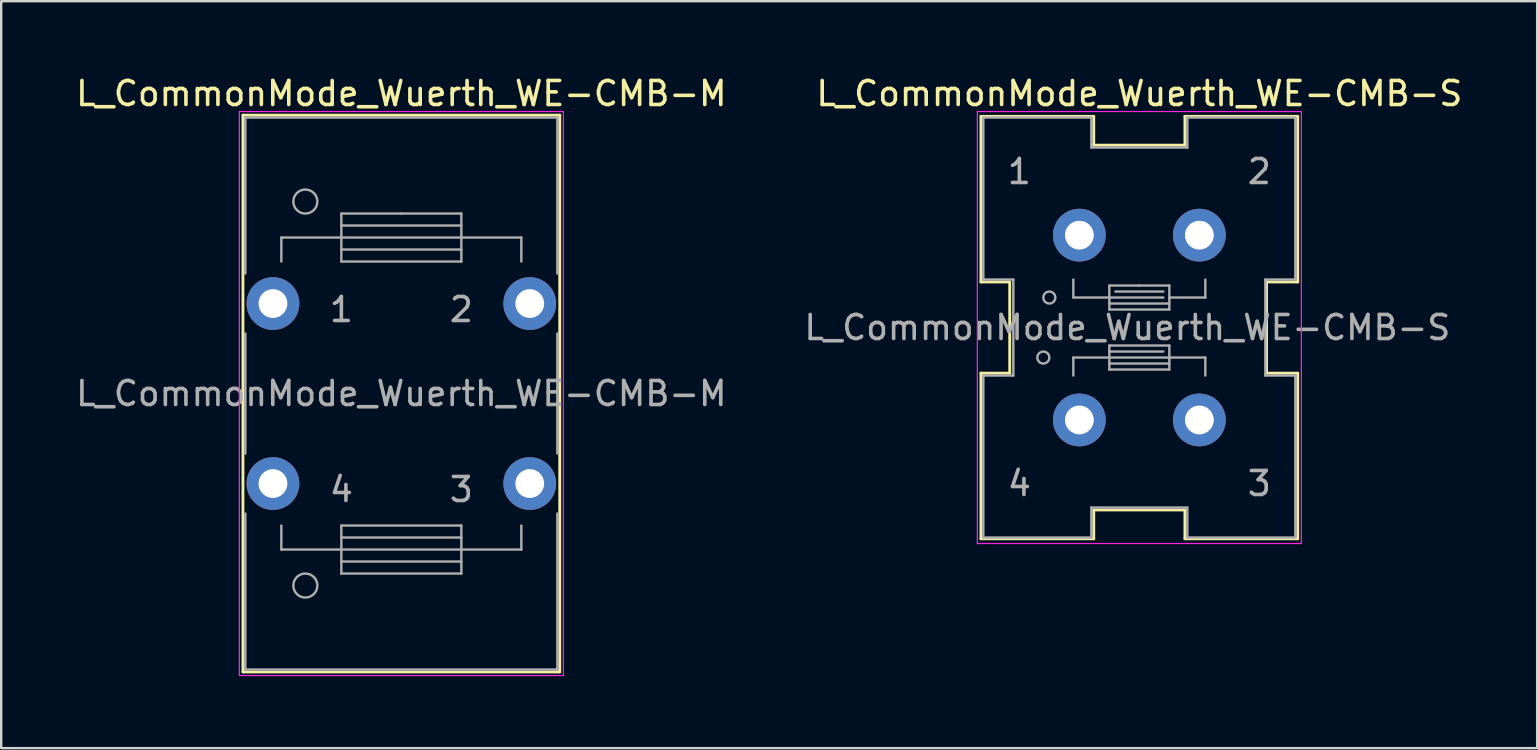
<source format=kicad_pcb>
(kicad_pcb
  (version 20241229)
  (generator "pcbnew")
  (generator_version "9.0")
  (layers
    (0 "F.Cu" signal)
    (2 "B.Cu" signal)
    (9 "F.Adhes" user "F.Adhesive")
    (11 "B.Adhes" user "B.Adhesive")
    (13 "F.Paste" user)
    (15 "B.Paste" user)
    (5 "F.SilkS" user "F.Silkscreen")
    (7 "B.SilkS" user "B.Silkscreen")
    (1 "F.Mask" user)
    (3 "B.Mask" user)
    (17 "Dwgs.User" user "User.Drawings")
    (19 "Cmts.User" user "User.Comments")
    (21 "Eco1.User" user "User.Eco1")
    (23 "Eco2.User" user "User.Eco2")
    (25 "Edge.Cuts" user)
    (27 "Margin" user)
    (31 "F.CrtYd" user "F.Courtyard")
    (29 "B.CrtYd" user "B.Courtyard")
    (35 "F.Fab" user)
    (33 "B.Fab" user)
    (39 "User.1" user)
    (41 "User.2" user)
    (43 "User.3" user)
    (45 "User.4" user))
  (footprint "L_CommonMode_Wuerth_WE-CMB-M"
    (layer "F.Cu")
    (at 8.323 9.598)
    (property "Reference" "L_CommonMode_Wuerth_WE-CMB-M" (at 5.35 -8.75 0) (layer "F.SilkS") (effects (font (size 1 1) (thickness 0.15))))
    (attr through_hole)
    (fp_line (start -1.25 -7.85) (end 11.95 -7.85) (stroke (width 0.12) (type solid)) (layer "F.SilkS"))
    (fp_line (start -1.25 15.35) (end -1.25 -7.85) (stroke (width 0.12) (type solid)) (layer "F.SilkS"))
    (fp_line (start 11.95 -7.85) (end 11.95 15.35) (stroke (width 0.12) (type solid)) (layer "F.SilkS"))
    (fp_line (start 11.95 15.35) (end -1.25 15.35) (stroke (width 0.12) (type solid)) (layer "F.SilkS"))
    (fp_line (start -1.4 -8) (end 12.1 -8) (stroke (width 0.05) (type solid)) (layer "F.CrtYd"))
    (fp_line (start -1.4 15.5) (end -1.4 -8) (stroke (width 0.05) (type solid)) (layer "F.CrtYd"))
    (fp_line (start 12.1 -8) (end 12.1 15.5) (stroke (width 0.05) (type solid)) (layer "F.CrtYd"))
    (fp_line (start 12.1 15.5) (end -1.4 15.5) (stroke (width 0.05) (type solid)) (layer "F.CrtYd"))
    (fp_line (start -1.15 -7.75) (end 11.85 -7.75) (stroke (width 0.1) (type solid)) (layer "F.Fab"))
    (fp_line (start -1.15 -1.25) (end -1.15 -7.75) (stroke (width 0.1) (type solid)) (layer "F.Fab"))
    (fp_line (start -1.15 6.25) (end -1.15 1.25) (stroke (width 0.1) (type solid)) (layer "F.Fab"))
    (fp_line (start -1.15 15.25) (end -1.15 8.75) (stroke (width 0.1) (type solid)) (layer "F.Fab"))
    (fp_line (start 0.35 -2.75) (end 0.35 -1.75) (stroke (width 0.1) (type solid)) (layer "F.Fab"))
    (fp_line (start 0.35 9.25) (end 0.35 10.25) (stroke (width 0.1) (type solid)) (layer "F.Fab"))
    (fp_line (start 0.35 10.25) (end 2.85 10.25) (stroke (width 0.1) (type solid)) (layer "F.Fab"))
    (fp_line (start 2.85 -3.75) (end 5.35 -3.75) (stroke (width 0.1) (type solid)) (layer "F.Fab"))
    (fp_line (start 2.85 -2.75) (end 0.35 -2.75) (stroke (width 0.1) (type solid)) (layer "F.Fab"))
    (fp_line (start 2.85 -2.75) (end 7.85 -2.75) (stroke (width 0.1) (type solid)) (layer "F.Fab"))
    (fp_line (start 2.85 -2.25) (end 7.85 -2.25) (stroke (width 0.1) (type solid)) (layer "F.Fab"))
    (fp_line (start 2.85 -1.75) (end 2.85 -3.75) (stroke (width 0.1) (type solid)) (layer "F.Fab"))
    (fp_line (start 2.85 9.25) (end 7.85 9.25) (stroke (width 0.1) (type solid)) (layer "F.Fab"))
    (fp_line (start 2.85 10.75) (end 7.85 10.75) (stroke (width 0.1) (type solid)) (layer "F.Fab"))
    (fp_line (start 2.85 11.25) (end 2.85 9.25) (stroke (width 0.1) (type solid)) (layer "F.Fab"))
    (fp_line (start 5.35 -3.75) (end 7.85 -3.75) (stroke (width 0.1) (type solid)) (layer "F.Fab"))
    (fp_line (start 7.85 -3.75) (end 7.85 -1.75) (stroke (width 0.1) (type solid)) (layer "F.Fab"))
    (fp_line (start 7.85 -3.25) (end 2.85 -3.25) (stroke (width 0.1) (type solid)) (layer "F.Fab"))
    (fp_line (start 7.85 -2.75) (end 10.35 -2.75) (stroke (width 0.1) (type solid)) (layer "F.Fab"))
    (fp_line (start 7.85 -1.75) (end 2.85 -1.75) (stroke (width 0.1) (type solid)) (layer "F.Fab"))
    (fp_line (start 7.85 9.25) (end 7.85 11.25) (stroke (width 0.1) (type solid)) (layer "F.Fab"))
    (fp_line (start 7.85 9.75) (end 2.85 9.75) (stroke (width 0.1) (type solid)) (layer "F.Fab"))
    (fp_line (start 7.85 10.25) (end 2.85 10.25) (stroke (width 0.1) (type solid)) (layer "F.Fab"))
    (fp_line (start 7.85 11.25) (end 2.85 11.25) (stroke (width 0.1) (type solid)) (layer "F.Fab"))
    (fp_line (start 10.35 -2.75) (end 10.35 -1.75) (stroke (width 0.1) (type solid)) (layer "F.Fab"))
    (fp_line (start 10.35 9.25) (end 10.35 10.25) (stroke (width 0.1) (type solid)) (layer "F.Fab"))
    (fp_line (start 10.35 10.25) (end 7.85 10.25) (stroke (width 0.1) (type solid)) (layer "F.Fab"))
    (fp_line (start 11.85 -7.75) (end 11.85 -1.25) (stroke (width 0.1) (type solid)) (layer "F.Fab"))
    (fp_line (start 11.85 1.25) (end 11.85 6.25) (stroke (width 0.1) (type solid)) (layer "F.Fab"))
    (fp_line (start 11.85 8.75) (end 11.85 15.25) (stroke (width 0.1) (type solid)) (layer "F.Fab"))
    (fp_line (start 11.85 15.25) (end -1.15 15.25) (stroke (width 0.1) (type solid)) (layer "F.Fab"))
    (fp_circle (center 1.35 -4.25) (end 1.85 -4.25) (stroke (width 0.1) (type solid)) (fill no) (layer "F.Fab"))
    (fp_circle (center 1.35 11.75) (end 1.85 11.75) (stroke (width 0.1) (type solid)) (fill no) (layer "F.Fab"))
    (fp_text user "${REFERENCE}" (at 5.35 3.75 0) (layer "F.Fab") (effects (font (size 1 1) (thickness 0.15))))
    (fp_text user "4" (at 2.85 7.75 0) (layer "F.Fab") (effects (font (size 1 1) (thickness 0.15))))
    (fp_text user "3" (at 7.85 7.75 0) (layer "F.Fab") (effects (font (size 1 1) (thickness 0.15))))
    (fp_text user "2" (at 7.85 0.25 0) (layer "F.Fab") (effects (font (size 1 1) (thickness 0.15))))
    (fp_text user "1" (at 2.85 0.25 0) (layer "F.Fab") (effects (font (size 1 1) (thickness 0.15))))
    (pad "1" thru_hole circle (at 0 0) (size 2.2 2.2) (drill 1.2) (layers "*.Cu" "*.Mask"))
    (pad "2" thru_hole circle (at 10.7 0) (size 2.2 2.2) (drill 1.2) (layers "*.Cu" "*.Mask"))
    (pad "3" thru_hole circle (at 10.7 7.5) (size 2.2 2.2) (drill 1.2) (layers "*.Cu" "*.Mask"))
    (pad "4" thru_hole circle (at 0 7.5) (size 2.2 2.2) (drill 1.2) (layers "*.Cu" "*.Mask")))
  (footprint "L_CommonMode_Wuerth_WE-CMB-S"
    (layer "F.Cu")
    (at 41.923 6.748)
    (property "Reference" "L_CommonMode_Wuerth_WE-CMB-S" (at 2.5 -5.9 0) (layer "F.SilkS") (effects (font (size 1 1) (thickness 0.15))))
    (attr through_hole)
    (fp_line (start -4.1 -4.95) (end -4 -4.95) (stroke (width 0.12) (type solid)) (layer "F.SilkS"))
    (fp_line (start -4.1 1.95) (end -4.1 -4.95) (stroke (width 0.12) (type solid)) (layer "F.SilkS"))
    (fp_line (start -4.1 5.75) (end -2.9 5.75) (stroke (width 0.12) (type solid)) (layer "F.SilkS"))
    (fp_line (start -4.1 12.65) (end -4.1 5.75) (stroke (width 0.12) (type solid)) (layer "F.SilkS"))
    (fp_line (start -4 -4.95) (end 0.6 -4.95) (stroke (width 0.12) (type solid)) (layer "F.SilkS"))
    (fp_line (start -2.9 1.95) (end -4.1 1.95) (stroke (width 0.12) (type solid)) (layer "F.SilkS"))
    (fp_line (start -2.9 5.75) (end -2.9 1.95) (stroke (width 0.12) (type solid)) (layer "F.SilkS"))
    (fp_line (start 0.6 -4.95) (end 0.6 -3.75) (stroke (width 0.12) (type solid)) (layer "F.SilkS"))
    (fp_line (start 0.6 -3.75) (end 4.4 -3.75) (stroke (width 0.12) (type solid)) (layer "F.SilkS"))
    (fp_line (start 0.6 11.45) (end 0.6 12.65) (stroke (width 0.12) (type solid)) (layer "F.SilkS"))
    (fp_line (start 0.6 12.65) (end -4.1 12.65) (stroke (width 0.12) (type solid)) (layer "F.SilkS"))
    (fp_line (start 4.4 -4.95) (end 9.1 -4.95) (stroke (width 0.12) (type solid)) (layer "F.SilkS"))
    (fp_line (start 4.4 -3.75) (end 4.4 -4.95) (stroke (width 0.12) (type solid)) (layer "F.SilkS"))
    (fp_line (start 4.4 11.45) (end 0.6 11.45) (stroke (width 0.12) (type solid)) (layer "F.SilkS"))
    (fp_line (start 4.4 12.65) (end 4.4 11.45) (stroke (width 0.12) (type solid)) (layer "F.SilkS"))
    (fp_line (start 7.8 1.95) (end 7.8 5.75) (stroke (width 0.12) (type solid)) (layer "F.SilkS"))
    (fp_line (start 7.8 5.75) (end 9.1 5.75) (stroke (width 0.12) (type solid)) (layer "F.SilkS"))
    (fp_line (start 9.1 -4.95) (end 9.1 1.95) (stroke (width 0.12) (type solid)) (layer "F.SilkS"))
    (fp_line (start 9.1 1.95) (end 7.8 1.95) (stroke (width 0.12) (type solid)) (layer "F.SilkS"))
    (fp_line (start 9.1 5.75) (end 9.1 12.65) (stroke (width 0.12) (type solid)) (layer "F.SilkS"))
    (fp_line (start 9.1 12.65) (end 4.4 12.65) (stroke (width 0.12) (type solid)) (layer "F.SilkS"))
    (fp_line (start -4.25 -5.15) (end -4.25 12.85) (stroke (width 0.05) (type solid)) (layer "F.CrtYd"))
    (fp_line (start -4.25 12.85) (end 9.25 12.85) (stroke (width 0.05) (type solid)) (layer "F.CrtYd"))
    (fp_line (start 9.25 -5.15) (end -4.25 -5.15) (stroke (width 0.05) (type solid)) (layer "F.CrtYd"))
    (fp_line (start 9.25 12.85) (end 9.25 -5.15) (stroke (width 0.05) (type solid)) (layer "F.CrtYd"))
    (fp_line (start -4 -4.9) (end -4 1.85) (stroke (width 0.1) (type solid)) (layer "F.Fab"))
    (fp_line (start -4 1.85) (end -2.75 1.85) (stroke (width 0.1) (type solid)) (layer "F.Fab"))
    (fp_line (start -4 5.85) (end -4 12.6) (stroke (width 0.1) (type solid)) (layer "F.Fab"))
    (fp_line (start -4 12.6) (end 0.5 12.6) (stroke (width 0.1) (type solid)) (layer "F.Fab"))
    (fp_line (start -2.75 1.85) (end -2.75 5.85) (stroke (width 0.1) (type solid)) (layer "F.Fab"))
    (fp_line (start -2.75 5.85) (end -4 5.85) (stroke (width 0.1) (type solid)) (layer "F.Fab"))
    (fp_line (start -0.25 2.6) (end -0.25 1.85) (stroke (width 0.1) (type solid)) (layer "F.Fab"))
    (fp_line (start -0.25 5.1) (end -0.25 5.85) (stroke (width 0.1) (type solid)) (layer "F.Fab"))
    (fp_line (start 0.5 -4.9) (end -4 -4.9) (stroke (width 0.1) (type solid)) (layer "F.Fab"))
    (fp_line (start 0.5 -3.65) (end 0.5 -4.9) (stroke (width 0.1) (type solid)) (layer "F.Fab"))
    (fp_line (start 0.5 11.35) (end 4.5 11.35) (stroke (width 0.1) (type solid)) (layer "F.Fab"))
    (fp_line (start 0.5 12.6) (end 0.5 11.35) (stroke (width 0.1) (type solid)) (layer "F.Fab"))
    (fp_line (start 1.25 2.1) (end 2.5 2.1) (stroke (width 0.1) (type solid)) (layer "F.Fab"))
    (fp_line (start 1.25 2.6) (end -0.25 2.6) (stroke (width 0.1) (type solid)) (layer "F.Fab"))
    (fp_line (start 1.25 2.85) (end 3.75 2.85) (stroke (width 0.1) (type solid)) (layer "F.Fab"))
    (fp_line (start 1.25 3.1) (end 1.25 2.1) (stroke (width 0.1) (type solid)) (layer "F.Fab"))
    (fp_line (start 1.25 4.6) (end 3.75 4.6) (stroke (width 0.1) (type solid)) (layer "F.Fab"))
    (fp_line (start 1.25 4.85) (end 3.5 4.85) (stroke (width 0.1) (type solid)) (layer "F.Fab"))
    (fp_line (start 1.25 5.1) (end -0.25 5.1) (stroke (width 0.1) (type solid)) (layer "F.Fab"))
    (fp_line (start 1.25 5.6) (end 1.25 4.6) (stroke (width 0.1) (type solid)) (layer "F.Fab"))
    (fp_line (start 2.5 2.1) (end 3.75 2.1) (stroke (width 0.1) (type solid)) (layer "F.Fab"))
    (fp_line (start 3.5 2.35) (end 1.5 2.35) (stroke (width 0.1) (type solid)) (layer "F.Fab"))
    (fp_line (start 3.5 2.6) (end 1.25 2.6) (stroke (width 0.1) (type solid)) (layer "F.Fab"))
    (fp_line (start 3.75 2.1) (end 3.75 3.1) (stroke (width 0.1) (type solid)) (layer "F.Fab"))
    (fp_line (start 3.75 2.6) (end 5.25 2.6) (stroke (width 0.1) (type solid)) (layer "F.Fab"))
    (fp_line (start 3.75 3.1) (end 1.25 3.1) (stroke (width 0.1) (type solid)) (layer "F.Fab"))
    (fp_line (start 3.75 4.6) (end 3.75 5.6) (stroke (width 0.1) (type solid)) (layer "F.Fab"))
    (fp_line (start 3.75 5.1) (end 1.25 5.1) (stroke (width 0.1) (type solid)) (layer "F.Fab"))
    (fp_line (start 3.75 5.1) (end 5.25 5.1) (stroke (width 0.1) (type solid)) (layer "F.Fab"))
    (fp_line (start 3.75 5.35) (end 1.25 5.35) (stroke (width 0.1) (type solid)) (layer "F.Fab"))
    (fp_line (start 3.75 5.6) (end 1.25 5.6) (stroke (width 0.1) (type solid)) (layer "F.Fab"))
    (fp_line (start 4.5 -4.9) (end 4.5 -3.65) (stroke (width 0.1) (type solid)) (layer "F.Fab"))
    (fp_line (start 4.5 -3.65) (end 0.5 -3.65) (stroke (width 0.1) (type solid)) (layer "F.Fab"))
    (fp_line (start 4.5 11.35) (end 4.5 12.6) (stroke (width 0.1) (type solid)) (layer "F.Fab"))
    (fp_line (start 4.5 12.6) (end 9 12.6) (stroke (width 0.1) (type solid)) (layer "F.Fab"))
    (fp_line (start 5.25 2.6) (end 5.25 1.85) (stroke (width 0.1) (type solid)) (layer "F.Fab"))
    (fp_line (start 5.25 5.1) (end 5.25 5.85) (stroke (width 0.1) (type solid)) (layer "F.Fab"))
    (fp_line (start 7.75 1.85) (end 9 1.85) (stroke (width 0.1) (type solid)) (layer "F.Fab"))
    (fp_line (start 7.75 5.85) (end 7.75 1.85) (stroke (width 0.1) (type solid)) (layer "F.Fab"))
    (fp_line (start 9 -4.9) (end 4.5 -4.9) (stroke (width 0.1) (type solid)) (layer "F.Fab"))
    (fp_line (start 9 1.85) (end 9 -4.9) (stroke (width 0.1) (type solid)) (layer "F.Fab"))
    (fp_line (start 9 5.85) (end 7.75 5.85) (stroke (width 0.1) (type solid)) (layer "F.Fab"))
    (fp_line (start 9 12.6) (end 9 5.85) (stroke (width 0.1) (type solid)) (layer "F.Fab"))
    (fp_circle (center -1.5 5.1) (end -1.5 4.85) (stroke (width 0.1) (type solid)) (fill no) (layer "F.Fab"))
    (fp_circle (center -1.25 2.6) (end -1 2.6) (stroke (width 0.1) (type solid)) (fill no) (layer "F.Fab"))
    (fp_text user "${REFERENCE}" (at 2 3.85 0) (layer "F.Fab") (effects (font (size 1 1) (thickness 0.15))))
    (fp_text user "3" (at 7.5 10.35 0) (layer "F.Fab") (effects (font (size 1 1) (thickness 0.15))))
    (fp_text user "4" (at -2.5 10.35 0) (layer "F.Fab") (effects (font (size 1 1) (thickness 0.15))))
    (fp_text user "1" (at -2.5 -2.65 0) (layer "F.Fab") (effects (font (size 1 1) (thickness 0.15))))
    (fp_text user "2" (at 7.5 -2.65 0) (layer "F.Fab") (effects (font (size 1 1) (thickness 0.15))))
    (pad "1" thru_hole circle (at 0 0) (size 2.2 2.2) (drill 1.2) (layers "*.Cu" "*.Mask"))
    (pad "2" thru_hole circle (at 5 0) (size 2.2 2.2) (drill 1.2) (layers "*.Cu" "*.Mask"))
    (pad "3" thru_hole circle (at 5 7.7) (size 2.2 2.2) (drill 1.2) (layers "*.Cu" "*.Mask"))
    (pad "4" thru_hole circle (at 0 7.7) (size 2.2 2.2) (drill 1.2) (layers "*.Cu" "*.Mask")))
  (gr_rect
    (start -3 -3)
    (end 61 28.123)
    (stroke (width 0.1) (type default))
    (fill no)
    (layer "Edge.Cuts")))
</source>
